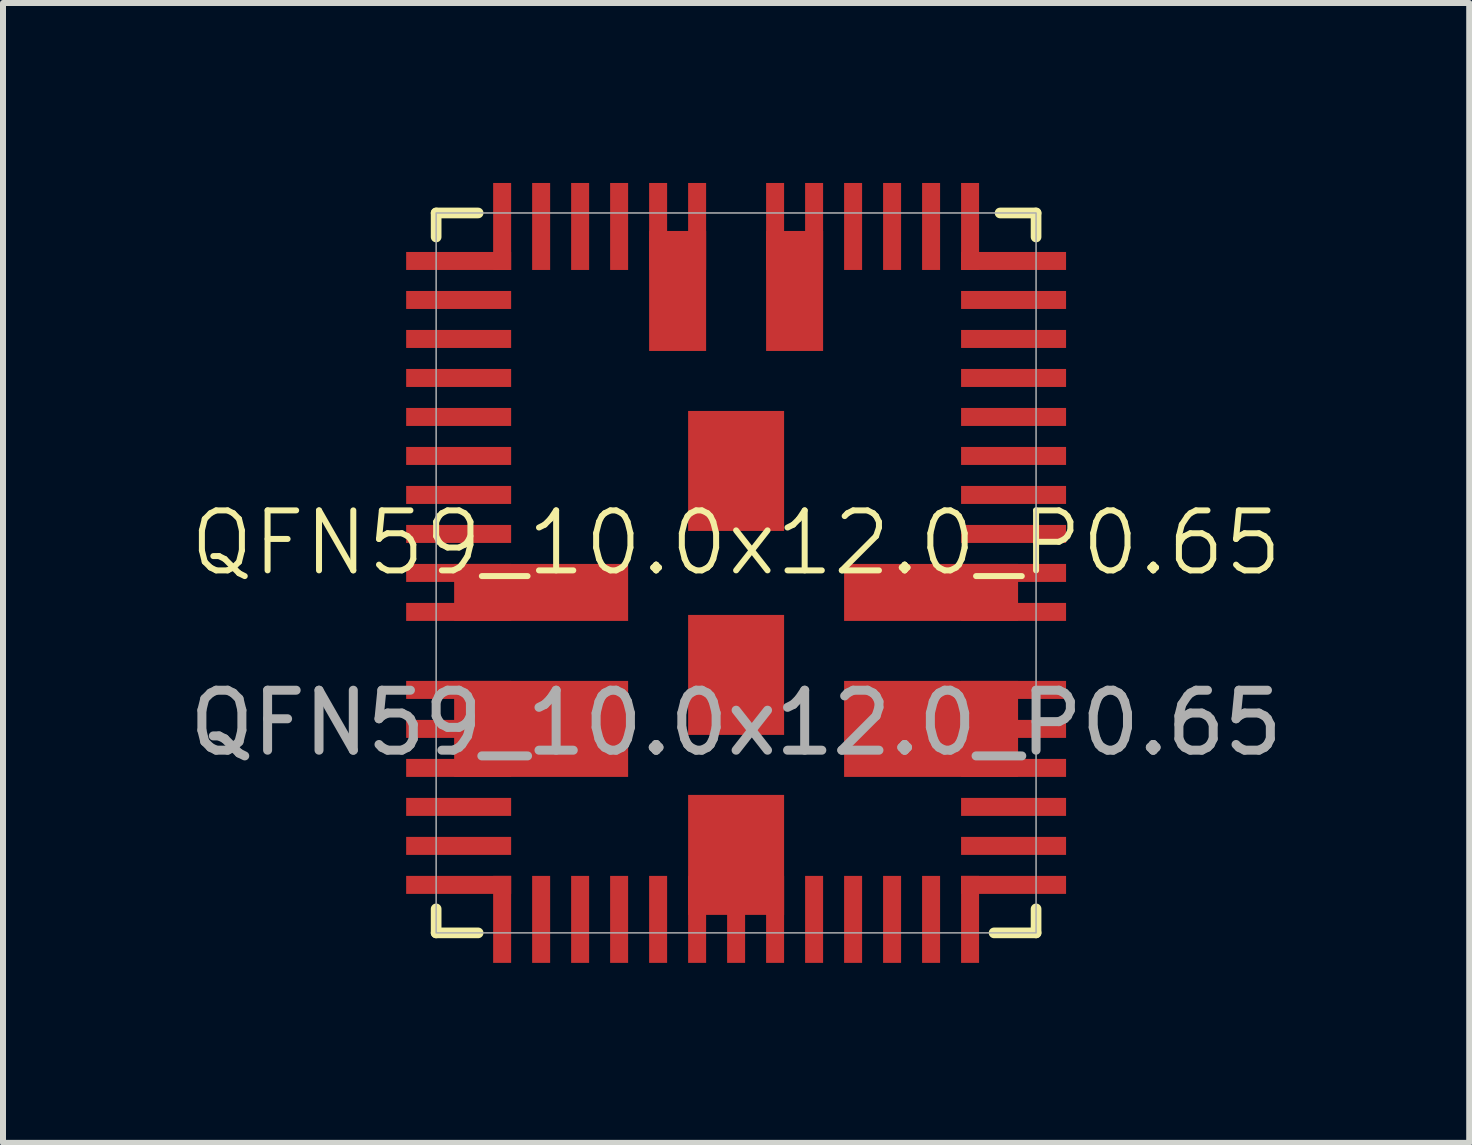
<source format=kicad_pcb>
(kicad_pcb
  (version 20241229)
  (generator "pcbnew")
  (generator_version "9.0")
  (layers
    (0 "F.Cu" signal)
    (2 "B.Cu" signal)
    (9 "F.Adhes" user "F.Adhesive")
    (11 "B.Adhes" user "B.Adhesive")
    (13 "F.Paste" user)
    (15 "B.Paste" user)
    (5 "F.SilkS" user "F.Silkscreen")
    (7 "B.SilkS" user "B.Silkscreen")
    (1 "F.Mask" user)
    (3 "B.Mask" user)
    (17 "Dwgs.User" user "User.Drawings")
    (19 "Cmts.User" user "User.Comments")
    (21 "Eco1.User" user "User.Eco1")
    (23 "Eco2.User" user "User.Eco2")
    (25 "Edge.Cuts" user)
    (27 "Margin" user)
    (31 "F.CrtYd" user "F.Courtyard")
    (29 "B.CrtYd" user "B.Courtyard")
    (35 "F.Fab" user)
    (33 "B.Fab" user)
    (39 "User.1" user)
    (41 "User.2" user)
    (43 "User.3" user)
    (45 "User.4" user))
  (footprint "QFN59_10.0x12.0_P0.65"
    (layer "F.Cu")
    (at 9.22 6.5)
    (property "Reference" "QFN59_10.0x12.0_P0.65" (at 0 -0.5 0) (unlocked yes) (layer "F.SilkS") (effects (font (size 1 1) (thickness 0.1))))
    (attr smd)
    (fp_line (start -5 -5.6) (end -5 -6) (stroke (width 0.178) (type default)) (layer "F.SilkS"))
    (fp_line (start -5 5.6) (end -5 6) (stroke (width 0.178) (type default)) (layer "F.SilkS"))
    (fp_line (start -4.3 -6) (end -5 -6) (stroke (width 0.178) (type default)) (layer "F.SilkS"))
    (fp_line (start -4.3 6) (end -5 6) (stroke (width 0.178) (type default)) (layer "F.SilkS"))
    (fp_line (start 5 -6) (end 4.4 -6) (stroke (width 0.178) (type default)) (layer "F.SilkS"))
    (fp_line (start 5 -5.6) (end 5 -6) (stroke (width 0.178) (type default)) (layer "F.SilkS"))
    (fp_line (start 5 5.6) (end 5 6) (stroke (width 0.178) (type default)) (layer "F.SilkS"))
    (fp_line (start 5 6) (end 4.3 6) (stroke (width 0.178) (type default)) (layer "F.SilkS"))
    (fp_rect (start -5 -6) (end 5 6) (stroke (width 0.025) (type default)) (fill no) (layer "F.Fab"))
    (fp_text user "${REFERENCE}" (at 0 2.5 0) (unlocked yes) (layer "F.Fab") (effects (font (size 1 1) (thickness 0.15))))
    (pad "1" smd rect (at -4.625 -5.2) (size 1.75 0.3) (layers "F.Cu" "F.Mask" "F.Paste"))
    (pad "2" smd rect (at -4.625 -4.55) (size 1.75 0.3) (layers "F.Cu" "F.Mask" "F.Paste"))
    (pad "3" smd rect (at -4.625 -3.9) (size 1.75 0.3) (layers "F.Cu" "F.Mask" "F.Paste"))
    (pad "4" smd rect (at -4.625 -3.25) (size 1.75 0.3) (layers "F.Cu" "F.Mask" "F.Paste"))
    (pad "5" smd rect (at -4.625 -2.6) (size 1.75 0.3) (layers "F.Cu" "F.Mask" "F.Paste"))
    (pad "6" smd rect (at -4.625 -1.95) (size 1.75 0.3) (layers "F.Cu" "F.Mask" "F.Paste"))
    (pad "7" smd rect (at -4.625 -1.3) (size 1.75 0.3) (layers "F.Cu" "F.Mask" "F.Paste"))
    (pad "8" smd rect (at -4.625 -0.65) (size 1.75 0.3) (layers "F.Cu" "F.Mask" "F.Paste"))
    (pad "9" smd rect (at -4.625 0) (size 1.75 0.3) (layers "F.Cu" "F.Mask" "F.Paste"))
    (pad "10" smd rect (at -4.625 0.65) (size 1.75 0.3) (layers "F.Cu" "F.Mask" "F.Paste"))
    (pad "10" smd rect (at -3.25 0.325) (size 2.9 0.95) (layers "F.Cu" "F.Mask" "F.Paste"))
    (pad "11" smd rect (at -4.625 1.95) (size 1.75 0.3) (layers "F.Cu" "F.Mask" "F.Paste"))
    (pad "12" smd rect (at -4.625 2.6) (size 1.75 0.3) (layers "F.Cu" "F.Mask" "F.Paste"))
    (pad "12" smd rect (at -3.25 2.6) (size 2.9 1.6) (layers "F.Cu" "F.Mask" "F.Paste"))
    (pad "13" smd rect (at -4.625 3.25) (size 1.75 0.3) (layers "F.Cu" "F.Mask" "F.Paste"))
    (pad "14" smd rect (at -4.625 3.9) (size 1.75 0.3) (layers "F.Cu" "F.Mask" "F.Paste"))
    (pad "15" smd rect (at -4.625 4.55) (size 1.75 0.3) (layers "F.Cu" "F.Mask" "F.Paste"))
    (pad "16" smd rect (at -4.625 5.2) (size 1.75 0.3) (layers "F.Cu" "F.Mask" "F.Paste"))
    (pad "17" smd rect (at -3.9 5.775) (size 0.3 1.45) (layers "F.Cu" "F.Mask" "F.Paste"))
    (pad "18" smd rect (at -3.25 5.775) (size 0.3 1.45) (layers "F.Cu" "F.Mask" "F.Paste"))
    (pad "19" smd rect (at -2.6 5.775) (size 0.3 1.45) (layers "F.Cu" "F.Mask" "F.Paste"))
    (pad "20" smd rect (at -1.95 5.775) (size 0.3 1.45) (layers "F.Cu" "F.Mask" "F.Paste"))
    (pad "21" smd rect (at -1.3 5.775) (size 0.3 1.45) (layers "F.Cu" "F.Mask" "F.Paste"))
    (pad "22" smd rect (at -0.65 5.775) (size 0.3 1.45) (layers "F.Cu" "F.Mask" "F.Paste"))
    (pad "23" smd rect (at 0 4.7) (size 1.6 2) (layers "F.Cu" "F.Mask" "F.Paste"))
    (pad "23" smd rect (at 0 5.775) (size 0.3 1.45) (layers "F.Cu" "F.Mask" "F.Paste"))
    (pad "24" smd rect (at 0.65 5.775) (size 0.3 1.45) (layers "F.Cu" "F.Mask" "F.Paste"))
    (pad "25" smd rect (at 1.3 5.775) (size 0.3 1.45) (layers "F.Cu" "F.Mask" "F.Paste"))
    (pad "26" smd rect (at 1.95 5.775) (size 0.3 1.45) (layers "F.Cu" "F.Mask" "F.Paste"))
    (pad "27" smd rect (at 2.6 5.775) (size 0.3 1.45) (layers "F.Cu" "F.Mask" "F.Paste"))
    (pad "28" smd rect (at 3.25 5.775) (size 0.3 1.45) (layers "F.Cu" "F.Mask" "F.Paste"))
    (pad "29" smd rect (at 3.9 5.775) (size 0.3 1.45) (layers "F.Cu" "F.Mask" "F.Paste"))
    (pad "30" smd rect (at 4.625 5.2) (size 1.75 0.3) (layers "F.Cu" "F.Mask" "F.Paste"))
    (pad "31" smd rect (at 4.625 4.55) (size 1.75 0.3) (layers "F.Cu" "F.Mask" "F.Paste"))
    (pad "32" smd rect (at 4.625 3.9) (size 1.75 0.3) (layers "F.Cu" "F.Mask" "F.Paste"))
    (pad "33" smd rect (at 4.625 3.25) (size 1.75 0.3) (layers "F.Cu" "F.Mask" "F.Paste"))
    (pad "34" smd rect (at 3.25 2.6) (size 2.9 1.6) (layers "F.Cu" "F.Mask" "F.Paste"))
    (pad "34" smd rect (at 4.625 2.6) (size 1.75 0.3) (layers "F.Cu" "F.Mask" "F.Paste"))
    (pad "35" smd rect (at 4.625 1.95) (size 1.75 0.3) (layers "F.Cu" "F.Mask" "F.Paste"))
    (pad "36" smd rect (at 3.25 0.325) (size 2.9 0.95) (layers "F.Cu" "F.Mask" "F.Paste"))
    (pad "36" smd rect (at 4.625 0.65) (size 1.75 0.3) (layers "F.Cu" "F.Mask" "F.Paste"))
    (pad "37" smd rect (at 4.625 0) (size 1.75 0.3) (layers "F.Cu" "F.Mask" "F.Paste"))
    (pad "38" smd rect (at 4.625 -0.65) (size 1.75 0.3) (layers "F.Cu" "F.Mask" "F.Paste"))
    (pad "39" smd rect (at 4.625 -1.3) (size 1.75 0.3) (layers "F.Cu" "F.Mask" "F.Paste"))
    (pad "40" smd rect (at 4.625 -1.95) (size 1.75 0.3) (layers "F.Cu" "F.Mask" "F.Paste"))
    (pad "41" smd rect (at 4.625 -2.6) (size 1.75 0.3) (layers "F.Cu" "F.Mask" "F.Paste"))
    (pad "42" smd rect (at 4.625 -3.25) (size 1.75 0.3) (layers "F.Cu" "F.Mask" "F.Paste"))
    (pad "43" smd rect (at 4.625 -3.9) (size 1.75 0.3) (layers "F.Cu" "F.Mask" "F.Paste"))
    (pad "44" smd rect (at 4.625 -4.55) (size 1.75 0.3) (layers "F.Cu" "F.Mask" "F.Paste"))
    (pad "45" smd rect (at 4.625 -5.2) (size 1.75 0.3) (layers "F.Cu" "F.Mask" "F.Paste"))
    (pad "46" smd rect (at 3.9 -5.775) (size 0.3 1.45) (layers "F.Cu" "F.Mask" "F.Paste"))
    (pad "47" smd rect (at 3.25 -5.775) (size 0.3 1.45) (layers "F.Cu" "F.Mask" "F.Paste"))
    (pad "48" smd rect (at 2.6 -5.775) (size 0.3 1.45) (layers "F.Cu" "F.Mask" "F.Paste"))
    (pad "49" smd rect (at 1.95 -5.775) (size 0.3 1.45) (layers "F.Cu" "F.Mask" "F.Paste"))
    (pad "50" smd rect (at 1.3 -5.775) (size 0.3 1.45) (layers "F.Cu" "F.Mask" "F.Paste"))
    (pad "51" smd rect (at 0.65 -5.775) (size 0.3 1.45) (layers "F.Cu" "F.Mask" "F.Paste"))
    (pad "51" smd rect (at 0.975 -4.7) (size 0.95 2) (layers "F.Cu" "F.Mask" "F.Paste"))
    (pad "52" smd rect (at -0.975 -4.7) (size 0.95 2) (layers "F.Cu" "F.Mask" "F.Paste"))
    (pad "52" smd rect (at -0.65 -5.775) (size 0.3 1.45) (layers "F.Cu" "F.Mask" "F.Paste"))
    (pad "53" smd rect (at -1.3 -5.775) (size 0.3 1.45) (layers "F.Cu" "F.Mask" "F.Paste"))
    (pad "54" smd rect (at -1.95 -5.775) (size 0.3 1.45) (layers "F.Cu" "F.Mask" "F.Paste"))
    (pad "55" smd rect (at -2.6 -5.775) (size 0.3 1.45) (layers "F.Cu" "F.Mask" "F.Paste"))
    (pad "56" smd rect (at -3.25 -5.775) (size 0.3 1.45) (layers "F.Cu" "F.Mask" "F.Paste"))
    (pad "57" smd rect (at -3.9 -5.775) (size 0.3 1.45) (layers "F.Cu" "F.Mask" "F.Paste"))
    (pad "58" smd rect (at 0 -1.7) (size 1.6 2) (layers "F.Cu" "F.Mask" "F.Paste"))
    (pad "59" smd rect (at 0 1.7) (size 1.6 2) (layers "F.Cu" "F.Mask" "F.Paste"))
    (zone (net_name "") (layer "F.Cu") (hatch edge 0.5) (connect_pads) (min_thickness 0.25) (filled_areas_thickness no) (keepout (tracks allowed) (vias not_allowed) (pads allowed) (copperpour allowed) (footprints allowed)) (placement (enabled no)) (fill) (polygon (pts (xy 6.22 1.8) (xy 6.22 5.2) (xy 7.22 5.2) (xy 7.22 1.8))))
    (zone (net_name "") (layer "F.Cu") (hatch edge 0.5) (connect_pads) (min_thickness 0.25) (filled_areas_thickness no) (keepout (tracks allowed) (vias not_allowed) (pads allowed) (copperpour allowed) (footprints allowed)) (placement (enabled no)) (fill) (polygon (pts (xy 11.22 1.8) (xy 11.22 5.2) (xy 12.22 5.2) (xy 12.22 1.8)))))
  (gr_rect
    (start -3 -3)
    (end 21.44 16)
    (stroke (width 0.1) (type default))
    (fill no)
    (layer "Edge.Cuts")))
</source>
